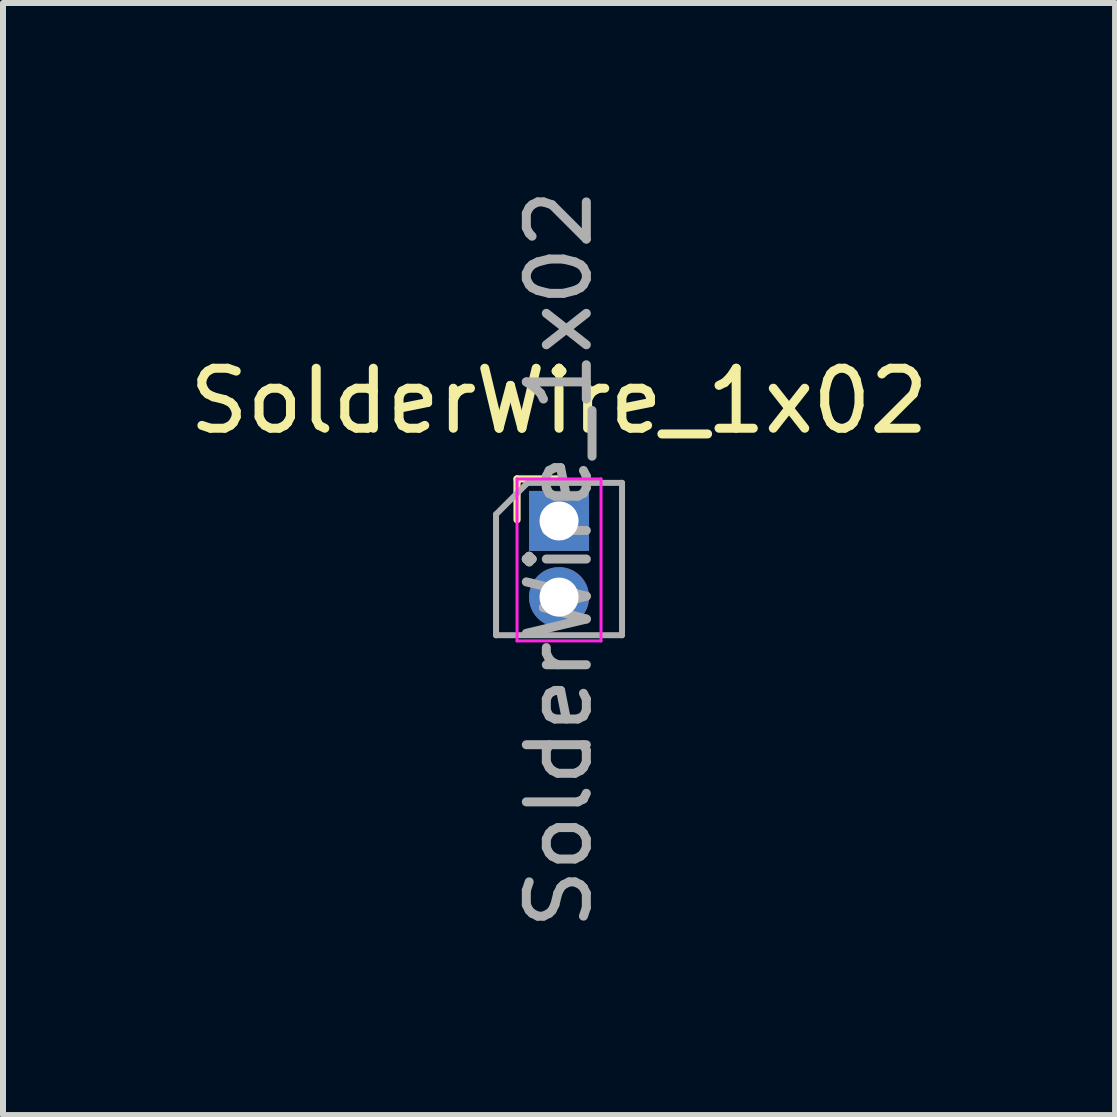
<source format=kicad_pcb>
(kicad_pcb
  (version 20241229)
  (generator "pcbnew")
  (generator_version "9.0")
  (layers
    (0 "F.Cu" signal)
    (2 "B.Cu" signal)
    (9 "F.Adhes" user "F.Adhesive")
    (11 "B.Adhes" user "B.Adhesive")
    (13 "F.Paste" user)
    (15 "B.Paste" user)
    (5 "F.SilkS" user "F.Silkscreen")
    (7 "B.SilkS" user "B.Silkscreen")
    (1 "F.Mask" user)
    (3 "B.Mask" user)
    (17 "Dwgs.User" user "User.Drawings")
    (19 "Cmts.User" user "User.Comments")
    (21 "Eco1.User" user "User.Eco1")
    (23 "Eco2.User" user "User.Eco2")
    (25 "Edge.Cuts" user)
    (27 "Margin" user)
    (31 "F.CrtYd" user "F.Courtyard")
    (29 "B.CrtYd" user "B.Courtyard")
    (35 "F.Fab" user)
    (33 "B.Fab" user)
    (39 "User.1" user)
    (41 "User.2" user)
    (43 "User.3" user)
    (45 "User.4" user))
  (footprint "SolderWire_1x02"
    (layer "F.Cu")
    (at 6.268 5.633)
    (property "Reference" "SolderWire_1x02" (at 0 -2 0) (layer "F.SilkS") (effects (font (size 1 1) (thickness 0.15))))
    (attr through_hole)
    (fp_line (start -0.7 -0.7) (end 0 -0.7) (stroke (width 0.12) (type solid)) (layer "F.SilkS"))
    (fp_line (start -0.7 -0.02) (end -0.7 -0.7) (stroke (width 0.12) (type solid)) (layer "F.SilkS"))
    (fp_line (start -0.7 -0.7) (end -0.7 2) (stroke (width 0.05) (type solid)) (layer "F.CrtYd"))
    (fp_line (start -0.7 2) (end 0.7 2) (stroke (width 0.05) (type solid)) (layer "F.CrtYd"))
    (fp_line (start 0.7 -0.7) (end -0.7 -0.7) (stroke (width 0.05) (type solid)) (layer "F.CrtYd"))
    (fp_line (start 0.7 2) (end 0.7 -0.7) (stroke (width 0.05) (type solid)) (layer "F.CrtYd"))
    (fp_line (start -1.05 -0.11) (end -0.525 -0.635) (stroke (width 0.1) (type solid)) (layer "F.Fab"))
    (fp_line (start -1.05 1.905) (end -1.05 -0.11) (stroke (width 0.1) (type solid)) (layer "F.Fab"))
    (fp_line (start -0.525 -0.635) (end 1.05 -0.635) (stroke (width 0.1) (type solid)) (layer "F.Fab"))
    (fp_line (start 1.05 -0.635) (end 1.05 1.905) (stroke (width 0.1) (type solid)) (layer "F.Fab"))
    (fp_line (start 1.05 1.905) (end -1.05 1.905) (stroke (width 0.1) (type solid)) (layer "F.Fab"))
    (fp_text user "${REFERENCE}" (at 0 0.635 90) (layer "F.Fab") (effects (font (size 1 1) (thickness 0.15))))
    (pad "1" thru_hole rect (at 0 0) (size 1 1) (drill 0.65) (layers "*.Cu" "*.Mask"))
    (pad "2" thru_hole oval (at 0 1.27) (size 1 1) (drill 0.65) (layers "*.Cu" "*.Mask")))
  (gr_rect
    (start -3 -3)
    (end 15.536 15.536)
    (stroke (width 0.1) (type default))
    (fill no)
    (layer "Edge.Cuts")))
</source>
